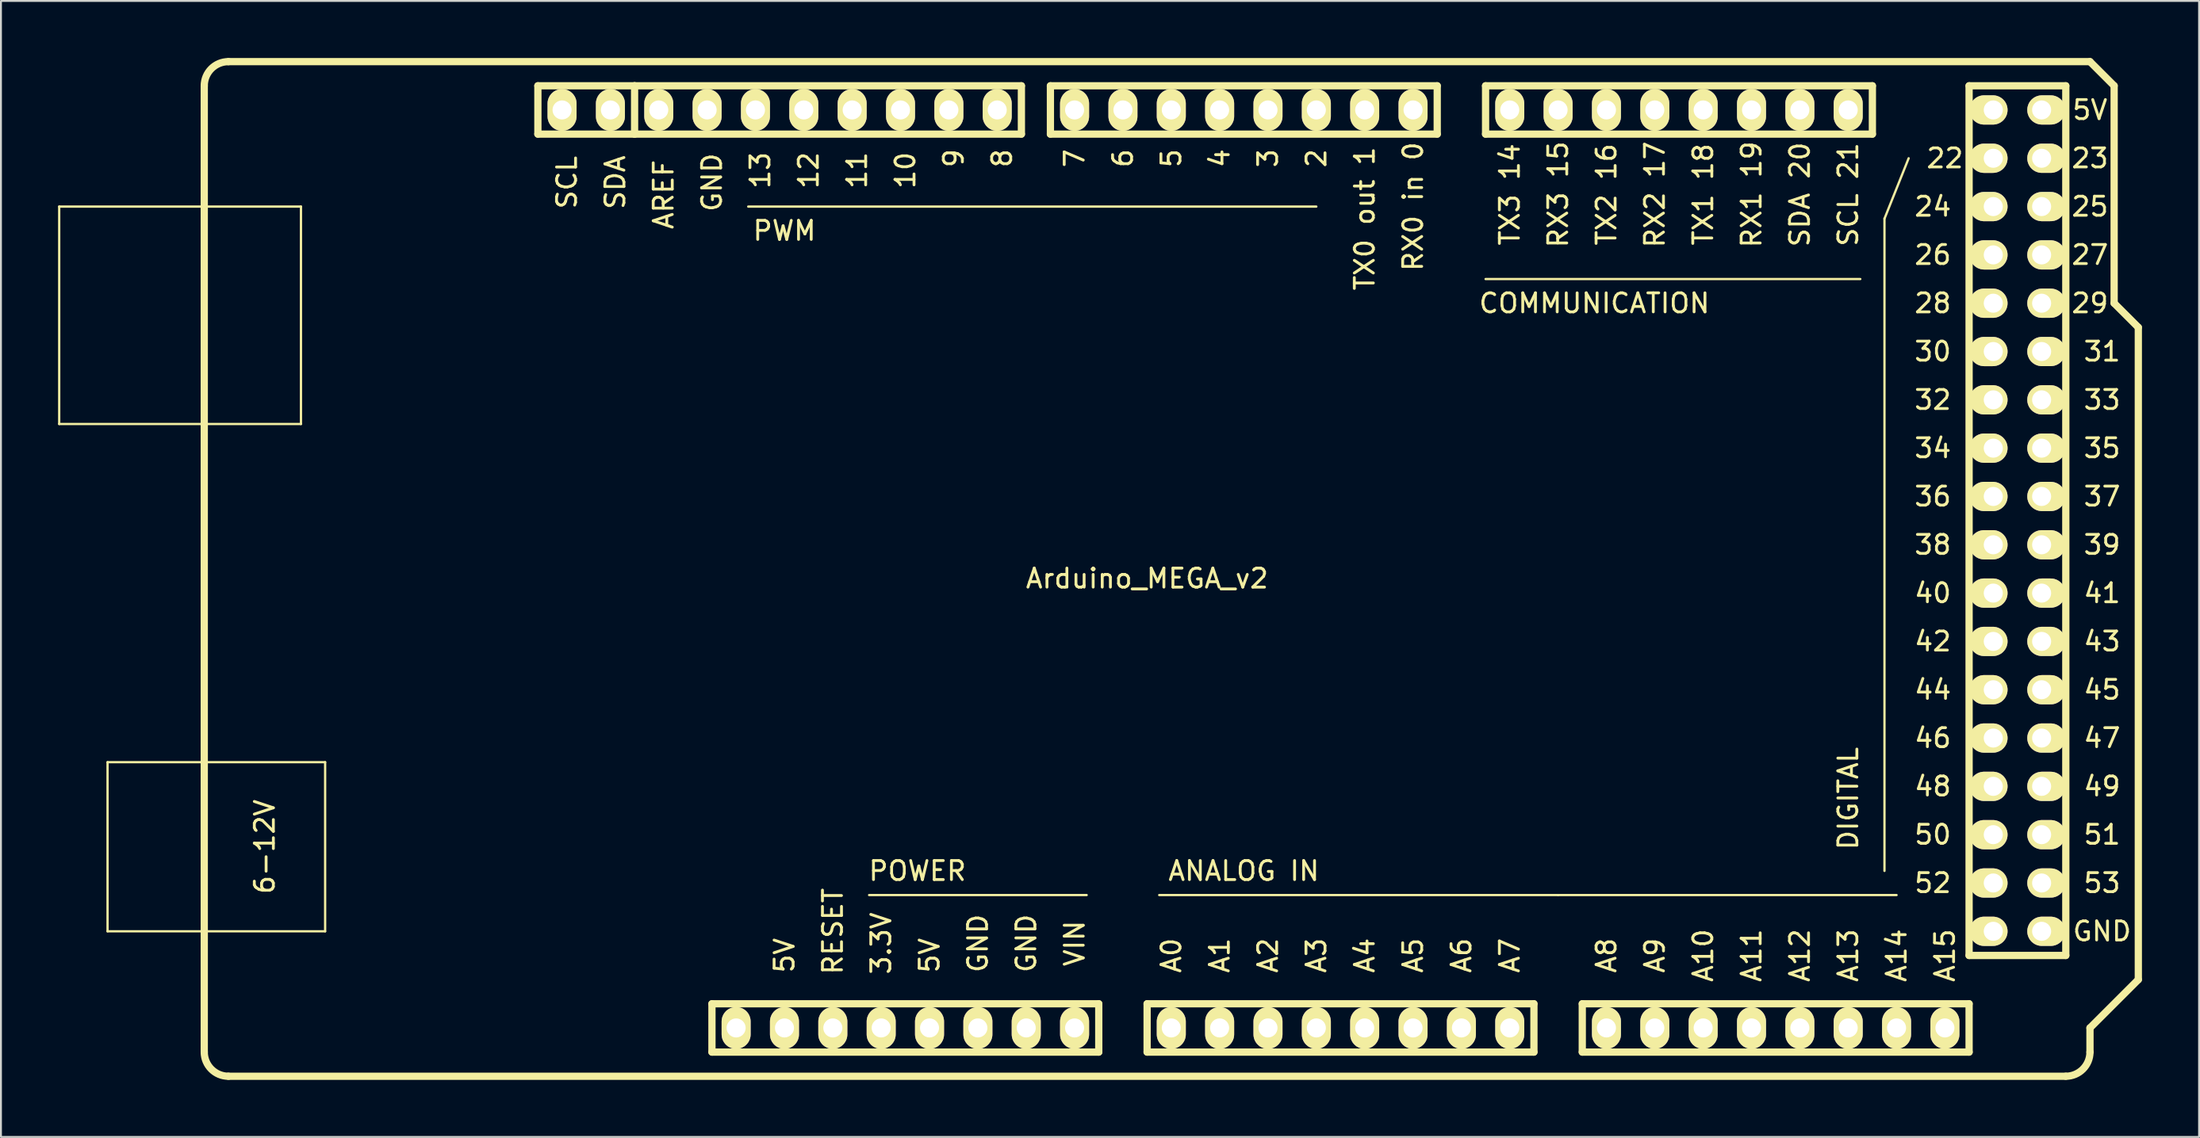
<source format=kicad_pcb>
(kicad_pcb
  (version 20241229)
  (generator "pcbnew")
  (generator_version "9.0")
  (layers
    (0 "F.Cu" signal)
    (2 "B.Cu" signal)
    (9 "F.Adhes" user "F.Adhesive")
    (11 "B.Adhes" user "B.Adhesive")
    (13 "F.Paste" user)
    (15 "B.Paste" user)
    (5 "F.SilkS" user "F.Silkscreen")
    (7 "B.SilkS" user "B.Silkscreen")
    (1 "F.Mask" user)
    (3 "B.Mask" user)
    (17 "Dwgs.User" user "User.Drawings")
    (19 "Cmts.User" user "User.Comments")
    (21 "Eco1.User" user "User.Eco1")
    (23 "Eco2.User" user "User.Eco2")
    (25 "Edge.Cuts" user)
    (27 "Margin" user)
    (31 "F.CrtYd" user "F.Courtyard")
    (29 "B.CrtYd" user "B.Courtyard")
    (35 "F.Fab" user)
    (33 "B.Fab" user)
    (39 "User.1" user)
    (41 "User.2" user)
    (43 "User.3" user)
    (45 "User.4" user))
  (footprint "Arduino_MEGA_v2"
    (layer "F.Cu")
    (at 57.21 26.86)
    (property "Reference" "Arduino_MEGA_v2" (at 0 0.5 0) (layer "F.SilkS") (effects (font (size 1 1) (thickness 0.15))))
    (attr through_hole)
    (fp_line (start -57.15 -19.05) (end -44.45 -19.05) (stroke (width 0.12) (type solid)) (layer "F.SilkS"))
    (fp_line (start -57.15 -7.62) (end -57.15 -19.05) (stroke (width 0.12) (type solid)) (layer "F.SilkS"))
    (fp_line (start -54.61 10.16) (end -43.18 10.16) (stroke (width 0.12) (type solid)) (layer "F.SilkS"))
    (fp_line (start -54.61 19.05) (end -54.61 10.16) (stroke (width 0.12) (type solid)) (layer "F.SilkS"))
    (fp_line (start -49.53 25.4) (end -49.53 -25.4) (stroke (width 0.381) (type solid)) (layer "F.SilkS"))
    (fp_line (start -48.26 -26.67) (end 49.53 -26.67) (stroke (width 0.381) (type solid)) (layer "F.SilkS"))
    (fp_line (start -48.26 26.67) (end 48.26 26.67) (stroke (width 0.381) (type solid)) (layer "F.SilkS"))
    (fp_line (start -44.45 -19.05) (end -44.45 -7.62) (stroke (width 0.12) (type solid)) (layer "F.SilkS"))
    (fp_line (start -44.45 -7.62) (end -57.15 -7.62) (stroke (width 0.12) (type solid)) (layer "F.SilkS"))
    (fp_line (start -43.18 10.16) (end -43.18 19.05) (stroke (width 0.12) (type solid)) (layer "F.SilkS"))
    (fp_line (start -43.18 19.05) (end -54.61 19.05) (stroke (width 0.12) (type solid)) (layer "F.SilkS"))
    (fp_line (start -32.004 -25.4) (end -32.004 -22.86) (stroke (width 0.381) (type solid)) (layer "F.SilkS"))
    (fp_line (start -32.004 -22.86) (end -26.924 -22.86) (stroke (width 0.381) (type solid)) (layer "F.SilkS"))
    (fp_line (start -26.924 -25.4) (end -32.004 -25.4) (stroke (width 0.381) (type solid)) (layer "F.SilkS"))
    (fp_line (start -26.924 -22.86) (end -26.924 -25.4) (stroke (width 0.381) (type solid)) (layer "F.SilkS"))
    (fp_line (start -22.86 25.4) (end -22.86 22.86) (stroke (width 0.381) (type solid)) (layer "F.SilkS"))
    (fp_line (start -22.86 25.4) (end -2.54 25.4) (stroke (width 0.381) (type solid)) (layer "F.SilkS"))
    (fp_line (start -14.605 17.145) (end -3.175 17.145) (stroke (width 0.12) (type solid)) (layer "F.SilkS"))
    (fp_line (start -6.604 -25.4) (end -26.924 -25.4) (stroke (width 0.381) (type solid)) (layer "F.SilkS"))
    (fp_line (start -6.604 -22.86) (end -26.924 -22.86) (stroke (width 0.381) (type solid)) (layer "F.SilkS"))
    (fp_line (start -6.604 -22.86) (end -6.604 -25.4) (stroke (width 0.381) (type solid)) (layer "F.SilkS"))
    (fp_line (start -5.08 -25.4) (end 15.24 -25.4) (stroke (width 0.381) (type solid)) (layer "F.SilkS"))
    (fp_line (start -5.08 -22.86) (end -5.08 -25.4) (stroke (width 0.381) (type solid)) (layer "F.SilkS"))
    (fp_line (start -2.54 22.86) (end -22.86 22.86) (stroke (width 0.381) (type solid)) (layer "F.SilkS"))
    (fp_line (start -2.54 22.86) (end -2.54 25.4) (stroke (width 0.381) (type solid)) (layer "F.SilkS"))
    (fp_line (start 0 22.86) (end 0 25.4) (stroke (width 0.381) (type solid)) (layer "F.SilkS"))
    (fp_line (start 0 25.4) (end 20.32 25.4) (stroke (width 0.381) (type solid)) (layer "F.SilkS"))
    (fp_line (start 0.635 17.145) (end 21.59 17.145) (stroke (width 0.12) (type solid)) (layer "F.SilkS"))
    (fp_line (start 8.89 -19.05) (end -20.955 -19.05) (stroke (width 0.12) (type solid)) (layer "F.SilkS"))
    (fp_line (start 15.24 -25.4) (end 15.24 -22.86) (stroke (width 0.381) (type solid)) (layer "F.SilkS"))
    (fp_line (start 15.24 -22.86) (end -5.08 -22.86) (stroke (width 0.381) (type solid)) (layer "F.SilkS"))
    (fp_line (start 17.78 -25.4) (end 17.78 -22.86) (stroke (width 0.381) (type solid)) (layer "F.SilkS"))
    (fp_line (start 17.78 -22.86) (end 38.1 -22.86) (stroke (width 0.381) (type solid)) (layer "F.SilkS"))
    (fp_line (start 17.78 -15.24) (end 37.465 -15.24) (stroke (width 0.12) (type solid)) (layer "F.SilkS"))
    (fp_line (start 20.32 22.86) (end 0 22.86) (stroke (width 0.381) (type solid)) (layer "F.SilkS"))
    (fp_line (start 20.32 25.4) (end 20.32 22.86) (stroke (width 0.381) (type solid)) (layer "F.SilkS"))
    (fp_line (start 21.59 17.145) (end 39.37 17.145) (stroke (width 0.12) (type solid)) (layer "F.SilkS"))
    (fp_line (start 22.86 22.86) (end 43.18 22.86) (stroke (width 0.381) (type solid)) (layer "F.SilkS"))
    (fp_line (start 22.86 25.4) (end 22.86 22.86) (stroke (width 0.381) (type solid)) (layer "F.SilkS"))
    (fp_line (start 38.1 -25.4) (end 17.78 -25.4) (stroke (width 0.381) (type solid)) (layer "F.SilkS"))
    (fp_line (start 38.1 -22.86) (end 38.1 -25.4) (stroke (width 0.381) (type solid)) (layer "F.SilkS"))
    (fp_line (start 38.735 15.875) (end 38.735 -18.415) (stroke (width 0.12) (type solid)) (layer "F.SilkS"))
    (fp_line (start 40.005 -21.59) (end 38.735 -18.415) (stroke (width 0.12) (type solid)) (layer "F.SilkS"))
    (fp_line (start 43.18 -25.4) (end 43.18 20.32) (stroke (width 0.381) (type solid)) (layer "F.SilkS"))
    (fp_line (start 43.18 20.32) (end 48.26 20.32) (stroke (width 0.381) (type solid)) (layer "F.SilkS"))
    (fp_line (start 43.18 22.86) (end 43.18 25.4) (stroke (width 0.381) (type solid)) (layer "F.SilkS"))
    (fp_line (start 43.18 25.4) (end 22.86 25.4) (stroke (width 0.381) (type solid)) (layer "F.SilkS"))
    (fp_line (start 48.26 -25.4) (end 43.18 -25.4) (stroke (width 0.381) (type solid)) (layer "F.SilkS"))
    (fp_line (start 48.26 20.32) (end 48.26 -25.4) (stroke (width 0.381) (type solid)) (layer "F.SilkS"))
    (fp_line (start 49.53 -26.67) (end 50.8 -25.4) (stroke (width 0.381) (type solid)) (layer "F.SilkS"))
    (fp_line (start 49.53 24.13) (end 49.53 25.4) (stroke (width 0.381) (type solid)) (layer "F.SilkS"))
    (fp_line (start 50.8 -25.4) (end 50.8 -13.97) (stroke (width 0.381) (type solid)) (layer "F.SilkS"))
    (fp_line (start 50.8 -13.97) (end 52.07 -12.7) (stroke (width 0.381) (type solid)) (layer "F.SilkS"))
    (fp_line (start 52.07 -12.7) (end 52.07 21.59) (stroke (width 0.381) (type solid)) (layer "F.SilkS"))
    (fp_line (start 52.07 21.59) (end 49.53 24.13) (stroke (width 0.381) (type solid)) (layer "F.SilkS"))
    (fp_arc (start -49.53 -25.4) (mid -49.158026 -26.298026) (end -48.26 -26.67) (stroke (width 0.381) (type solid)) (layer "F.SilkS"))
    (fp_arc (start -48.26 26.67) (mid -49.158026 26.298026) (end -49.53 25.4) (stroke (width 0.381) (type solid)) (layer "F.SilkS"))
    (fp_arc (start 49.53 25.4) (mid 49.158026 26.298026) (end 48.26 26.67) (stroke (width 0.381) (type solid)) (layer "F.SilkS"))
    (fp_text user "6-12V" (at -46.355 14.605 90) (layer "F.SilkS") (effects (font (size 1 1) (thickness 0.15))))
    (fp_text user "4" (at 3.81 -21.59 90) (layer "F.SilkS") (effects (font (size 1 1) (thickness 0.15))))
    (fp_text user "ANALOG IN" (at 5.08 15.875 0) (layer "F.SilkS") (effects (font (size 1 1) (thickness 0.15))))
    (fp_text user "A11" (at 31.75 20.32 90) (layer "F.SilkS") (effects (font (size 1 1) (thickness 0.15))))
    (fp_text user "SDA" (at -27.94 -20.32 90) (layer "F.SilkS") (effects (font (size 1 1) (thickness 0.15))))
    (fp_text user "47" (at 50.165 8.89 0) (layer "F.SilkS") (effects (font (size 1 1) (thickness 0.15))))
    (fp_text user "27" (at 49.53 -16.51 0) (layer "F.SilkS") (effects (font (size 1 1) (thickness 0.15))))
    (fp_text user "GND" (at -22.86 -20.32 90) (layer "F.SilkS") (effects (font (size 1 1) (thickness 0.15))))
    (fp_text user "46" (at 41.275 8.89 0) (layer "F.SilkS") (effects (font (size 1 1) (thickness 0.15))))
    (fp_text user "10" (at -12.7 -20.955 90) (layer "F.SilkS") (effects (font (size 1 1) (thickness 0.15))))
    (fp_text user "42" (at 41.275 3.81 0) (layer "F.SilkS") (effects (font (size 1 1) (thickness 0.15))))
    (fp_text user "RX0 in 0" (at 13.97 -19.05 90) (layer "F.SilkS") (effects (font (size 1 1) (thickness 0.15))))
    (fp_text user "RX1 19" (at 31.75 -19.685 90) (layer "F.SilkS") (effects (font (size 1 1) (thickness 0.15))))
    (fp_text user "A9" (at 26.67 20.32 90) (layer "F.SilkS") (effects (font (size 1 1) (thickness 0.15))))
    (fp_text user "COMMUNICATION" (at 23.495 -13.97 0) (layer "F.SilkS") (effects (font (size 1 1) (thickness 0.15))))
    (fp_text user "RX2 17" (at 26.67 -19.685 90) (layer "F.SilkS") (effects (font (size 1 1) (thickness 0.15))))
    (fp_text user "13" (at -20.32 -20.955 90) (layer "F.SilkS") (effects (font (size 1 1) (thickness 0.15))))
    (fp_text user "28" (at 41.275 -13.97 0) (layer "F.SilkS") (effects (font (size 1 1) (thickness 0.15))))
    (fp_text user "A14" (at 39.37 20.32 90) (layer "F.SilkS") (effects (font (size 1 1) (thickness 0.15))))
    (fp_text user "TX1 18" (at 29.21 -19.685 90) (layer "F.SilkS") (effects (font (size 1 1) (thickness 0.15))))
    (fp_text user "48" (at 41.275 11.43 0) (layer "F.SilkS") (effects (font (size 1 1) (thickness 0.15))))
    (fp_text user "34" (at 41.275 -6.35 0) (layer "F.SilkS") (effects (font (size 1 1) (thickness 0.15))))
    (fp_text user "TX2 16" (at 24.13 -19.685 90) (layer "F.SilkS") (effects (font (size 1 1) (thickness 0.15))))
    (fp_text user "5" (at 1.27 -21.59 90) (layer "F.SilkS") (effects (font (size 1 1) (thickness 0.15))))
    (fp_text user "VIN" (at -3.81 19.685 90) (layer "F.SilkS") (effects (font (size 1 1) (thickness 0.15))))
    (fp_text user "8" (at -7.62 -21.59 90) (layer "F.SilkS") (effects (font (size 1 1) (thickness 0.15))))
    (fp_text user "A1" (at 3.81 20.32 90) (layer "F.SilkS") (effects (font (size 1 1) (thickness 0.15))))
    (fp_text user "25" (at 49.53 -19.05 0) (layer "F.SilkS") (effects (font (size 1 1) (thickness 0.15))))
    (fp_text user "49" (at 50.165 11.43 0) (layer "F.SilkS") (effects (font (size 1 1) (thickness 0.15))))
    (fp_text user "A5" (at 13.97 20.32 90) (layer "F.SilkS") (effects (font (size 1 1) (thickness 0.15))))
    (fp_text user "A4" (at 11.43 20.32 90) (layer "F.SilkS") (effects (font (size 1 1) (thickness 0.15))))
    (fp_text user "32" (at 41.275 -8.89 0) (layer "F.SilkS") (effects (font (size 1 1) (thickness 0.15))))
    (fp_text user "3.3V" (at -13.97 19.685 90) (layer "F.SilkS") (effects (font (size 1 1) (thickness 0.15))))
    (fp_text user "36" (at 41.275 -3.81 0) (layer "F.SilkS") (effects (font (size 1 1) (thickness 0.15))))
    (fp_text user "A0" (at 1.27 20.32 90) (layer "F.SilkS") (effects (font (size 1 1) (thickness 0.15))))
    (fp_text user "43" (at 50.165 3.81 0) (layer "F.SilkS") (effects (font (size 1 1) (thickness 0.15))))
    (fp_text user "23" (at 49.53 -21.59 0) (layer "F.SilkS") (effects (font (size 1 1) (thickness 0.15))))
    (fp_text user "6" (at -1.27 -21.59 90) (layer "F.SilkS") (effects (font (size 1 1) (thickness 0.15))))
    (fp_text user "5V" (at 49.53 -24.13 0) (layer "F.SilkS") (effects (font (size 1 1) (thickness 0.15))))
    (fp_text user "2" (at 8.89 -21.59 90) (layer "F.SilkS") (effects (font (size 1 1) (thickness 0.15))))
    (fp_text user "51" (at 50.165 13.97 0) (layer "F.SilkS") (effects (font (size 1 1) (thickness 0.15))))
    (fp_text user "A13" (at 36.83 20.32 90) (layer "F.SilkS") (effects (font (size 1 1) (thickness 0.15))))
    (fp_text user "RESET" (at -16.51 19.05 90) (layer "F.SilkS") (effects (font (size 1 1) (thickness 0.15))))
    (fp_text user "7" (at -3.81 -21.59 90) (layer "F.SilkS") (effects (font (size 1 1) (thickness 0.15))))
    (fp_text user "A10" (at 29.21 20.32 90) (layer "F.SilkS") (effects (font (size 1 1) (thickness 0.15))))
    (fp_text user "11" (at -15.24 -20.955 90) (layer "F.SilkS") (effects (font (size 1 1) (thickness 0.15))))
    (fp_text user "AREF" (at -25.4 -19.685 90) (layer "F.SilkS") (effects (font (size 1 1) (thickness 0.15))))
    (fp_text user "26" (at 41.275 -16.51 0) (layer "F.SilkS") (effects (font (size 1 1) (thickness 0.15))))
    (fp_text user "DIGITAL" (at 36.83 12.065 90) (layer "F.SilkS") (effects (font (size 1 1) (thickness 0.15))))
    (fp_text user "A2" (at 6.35 20.32 90) (layer "F.SilkS") (effects (font (size 1 1) (thickness 0.15))))
    (fp_text user "53" (at 50.165 16.51 0) (layer "F.SilkS") (effects (font (size 1 1) (thickness 0.15))))
    (fp_text user "35" (at 50.165 -6.35 0) (layer "F.SilkS") (effects (font (size 1 1) (thickness 0.15))))
    (fp_text user "RX3 15" (at 21.59 -19.685 90) (layer "F.SilkS") (effects (font (size 1 1) (thickness 0.15))))
    (fp_text user "PWM" (at -19.05 -17.78 0) (layer "F.SilkS") (effects (font (size 1 1) (thickness 0.15))))
    (fp_text user "SCL 21" (at 36.83 -19.685 90) (layer "F.SilkS") (effects (font (size 1 1) (thickness 0.15))))
    (fp_text user "50" (at 41.275 13.97 0) (layer "F.SilkS") (effects (font (size 1 1) (thickness 0.15))))
    (fp_text user "22" (at 41.91 -21.59 0) (layer "F.SilkS") (effects (font (size 1 1) (thickness 0.15))))
    (fp_text user "GND" (at -8.89 19.685 90) (layer "F.SilkS") (effects (font (size 1 1) (thickness 0.15))))
    (fp_text user "29" (at 49.53 -13.97 0) (layer "F.SilkS") (effects (font (size 1 1) (thickness 0.15))))
    (fp_text user "TX0 out 1" (at 11.43 -18.415 90) (layer "F.SilkS") (effects (font (size 1 1) (thickness 0.15))))
    (fp_text user "3" (at 6.35 -21.59 90) (layer "F.SilkS") (effects (font (size 1 1) (thickness 0.15))))
    (fp_text user "41" (at 50.165 1.27 0) (layer "F.SilkS") (effects (font (size 1 1) (thickness 0.15))))
    (fp_text user "52" (at 41.275 16.51 0) (layer "F.SilkS") (effects (font (size 1 1) (thickness 0.15))))
    (fp_text user "31" (at 50.165 -11.43 0) (layer "F.SilkS") (effects (font (size 1 1) (thickness 0.15))))
    (fp_text user "GND" (at -6.35 19.685 90) (layer "F.SilkS") (effects (font (size 1 1) (thickness 0.15))))
    (fp_text user "SDA 20" (at 34.29 -19.685 90) (layer "F.SilkS") (effects (font (size 1 1) (thickness 0.15))))
    (fp_text user "POWER" (at -12.065 15.875 0) (layer "F.SilkS") (effects (font (size 1 1) (thickness 0.15))))
    (fp_text user "37" (at 50.165 -3.81 0) (layer "F.SilkS") (effects (font (size 1 1) (thickness 0.15))))
    (fp_text user "GND" (at 50.165 19.05 0) (layer "F.SilkS") (effects (font (size 1 1) (thickness 0.15))))
    (fp_text user "30" (at 41.275 -11.43 0) (layer "F.SilkS") (effects (font (size 1 1) (thickness 0.15))))
    (fp_text user "A3" (at 8.89 20.32 90) (layer "F.SilkS") (effects (font (size 1 1) (thickness 0.15))))
    (fp_text user "5V" (at -19.05 20.32 90) (layer "F.SilkS") (effects (font (size 1 1) (thickness 0.15))))
    (fp_text user "38" (at 41.275 -1.27 0) (layer "F.SilkS") (effects (font (size 1 1) (thickness 0.15))))
    (fp_text user "SCL" (at -30.48 -20.32 90) (layer "F.SilkS") (effects (font (size 1 1) (thickness 0.15))))
    (fp_text user "A6" (at 16.51 20.32 90) (layer "F.SilkS") (effects (font (size 1 1) (thickness 0.15))))
    (fp_text user "5V" (at -11.43 20.32 90) (layer "F.SilkS") (effects (font (size 1 1) (thickness 0.15))))
    (fp_text user "A8" (at 24.13 20.32 90) (layer "F.SilkS") (effects (font (size 1 1) (thickness 0.15))))
    (fp_text user "33" (at 50.165 -8.89 0) (layer "F.SilkS") (effects (font (size 1 1) (thickness 0.15))))
    (fp_text user "A7" (at 19.05 20.32 90) (layer "F.SilkS") (effects (font (size 1 1) (thickness 0.15))))
    (fp_text user "A12" (at 34.29 20.32 90) (layer "F.SilkS") (effects (font (size 1 1) (thickness 0.15))))
    (fp_text user "40" (at 41.275 1.27 0) (layer "F.SilkS") (effects (font (size 1 1) (thickness 0.15))))
    (fp_text user "45" (at 50.165 6.35 0) (layer "F.SilkS") (effects (font (size 1 1) (thickness 0.15))))
    (fp_text user "9" (at -10.16 -21.59 90) (layer "F.SilkS") (effects (font (size 1 1) (thickness 0.15))))
    (fp_text user "A15" (at 41.91 20.32 90) (layer "F.SilkS") (effects (font (size 1 1) (thickness 0.15))))
    (fp_text user "24" (at 41.275 -19.05 0) (layer "F.SilkS") (effects (font (size 1 1) (thickness 0.15))))
    (fp_text user "TX3 14" (at 19.05 -19.685 90) (layer "F.SilkS") (effects (font (size 1 1) (thickness 0.15))))
    (fp_text user "39" (at 50.165 -1.27 0) (layer "F.SilkS") (effects (font (size 1 1) (thickness 0.15))))
    (fp_text user "44" (at 41.275 6.35 0) (layer "F.SilkS") (effects (font (size 1 1) (thickness 0.15))))
    (fp_text user "12" (at -17.78 -20.955 90) (layer "F.SilkS") (effects (font (size 1 1) (thickness 0.15))))
    (pad "1" thru_hole oval (at -21.59 24.13) (size 1.524 2.2) (drill 1.001) (layers "*.Cu" "*.Mask" "F.SilkS"))
    (pad "2" thru_hole oval (at -19.05 24.13) (size 1.524 2.2) (drill 1.001) (layers "*.Cu" "*.Mask" "F.SilkS"))
    (pad "3" thru_hole oval (at -16.51 24.13) (size 1.524 2.2) (drill 1.001) (layers "*.Cu" "*.Mask" "F.SilkS"))
    (pad "4" thru_hole oval (at -13.97 24.13) (size 1.524 2.2) (drill 1.001) (layers "*.Cu" "*.Mask" "F.SilkS"))
    (pad "5" thru_hole oval (at -11.43 24.13) (size 1.524 2.2) (drill 1.001) (layers "*.Cu" "*.Mask" "F.SilkS"))
    (pad "6" thru_hole oval (at -8.89 24.13) (size 1.524 2.2) (drill 1.001) (layers "*.Cu" "*.Mask" "F.SilkS"))
    (pad "7" thru_hole oval (at -6.35 24.13) (size 1.524 2.2) (drill 1.001) (layers "*.Cu" "*.Mask" "F.SilkS"))
    (pad "8" thru_hole oval (at -3.81 24.13) (size 1.524 2.2) (drill 1.001) (layers "*.Cu" "*.Mask" "F.SilkS"))
    (pad "9" thru_hole oval (at 1.27 24.13) (size 1.524 2.2) (drill 1.001) (layers "*.Cu" "*.Mask" "F.SilkS"))
    (pad "10" thru_hole oval (at 3.81 24.13) (size 1.524 2.2) (drill 1.001) (layers "*.Cu" "*.Mask" "F.SilkS"))
    (pad "11" thru_hole oval (at 6.35 24.13) (size 1.524 2.2) (drill 1.001) (layers "*.Cu" "*.Mask" "F.SilkS"))
    (pad "12" thru_hole oval (at 8.89 24.13) (size 1.524 2.2) (drill 1.001) (layers "*.Cu" "*.Mask" "F.SilkS"))
    (pad "13" thru_hole oval (at 11.43 24.13) (size 1.524 2.2) (drill 1.001) (layers "*.Cu" "*.Mask" "F.SilkS"))
    (pad "14" thru_hole oval (at 13.97 24.13) (size 1.524 2.2) (drill 1.001) (layers "*.Cu" "*.Mask" "F.SilkS"))
    (pad "15" thru_hole oval (at 16.51 24.13) (size 1.524 2.2) (drill 1.001) (layers "*.Cu" "*.Mask" "F.SilkS"))
    (pad "16" thru_hole oval (at 19.05 24.13) (size 1.524 2.2) (drill 1.001) (layers "*.Cu" "*.Mask" "F.SilkS"))
    (pad "17" thru_hole oval (at 24.13 24.13) (size 1.524 2.2) (drill 1.001) (layers "*.Cu" "*.Mask" "F.SilkS"))
    (pad "18" thru_hole oval (at 26.67 24.13) (size 1.524 2.2) (drill 1.001) (layers "*.Cu" "*.Mask" "F.SilkS"))
    (pad "19" thru_hole oval (at 29.21 24.13) (size 1.524 2.2) (drill 1.001) (layers "*.Cu" "*.Mask" "F.SilkS"))
    (pad "20" thru_hole oval (at 31.75 24.13) (size 1.524 2.197) (drill 1.001) (layers "*.Cu" "*.Mask" "F.SilkS"))
    (pad "21" thru_hole oval (at 34.29 24.13) (size 1.524 2.197) (drill 1.001) (layers "*.Cu" "*.Mask" "F.SilkS"))
    (pad "22" thru_hole oval (at 36.83 24.13) (size 1.524 2.197) (drill 1.001) (layers "*.Cu" "*.Mask" "F.SilkS"))
    (pad "23" thru_hole oval (at 39.37 24.13) (size 1.524 2.197) (drill 1.001) (layers "*.Cu" "*.Mask" "F.SilkS"))
    (pad "24" thru_hole oval (at 41.91 24.13) (size 1.524 2.197) (drill 1.001) (layers "*.Cu" "*.Mask" "F.SilkS"))
    (pad "25" thru_hole oval (at 44.45 19.05) (size 1.999 1.539) (drill 1.001 (offset -0.249 0)) (layers "*.Cu" "*.Mask" "F.SilkS"))
    (pad "26" thru_hole oval (at 44.45 16.51) (size 1.999 1.539) (drill 1.001 (offset -0.249 0)) (layers "*.Cu" "*.Mask" "F.SilkS"))
    (pad "27" thru_hole oval (at 44.45 13.97) (size 1.999 1.539) (drill 1.001 (offset -0.249 0)) (layers "*.Cu" "*.Mask" "F.SilkS"))
    (pad "28" thru_hole oval (at 44.45 11.43) (size 1.999 1.539) (drill 1.001 (offset -0.249 0)) (layers "*.Cu" "*.Mask" "F.SilkS"))
    (pad "29" thru_hole oval (at 44.45 8.89) (size 1.999 1.539) (drill 1.001 (offset -0.249 0)) (layers "*.Cu" "*.Mask" "F.SilkS"))
    (pad "30" thru_hole oval (at 44.45 6.35) (size 1.999 1.539) (drill 1.001 (offset -0.249 0)) (layers "*.Cu" "*.Mask" "F.SilkS"))
    (pad "31" thru_hole oval (at 44.45 3.81) (size 1.999 1.539) (drill 1.001 (offset -0.249 0)) (layers "*.Cu" "*.Mask" "F.SilkS"))
    (pad "32" thru_hole oval (at 44.45 1.27) (size 1.999 1.539) (drill 1.001 (offset -0.249 0)) (layers "*.Cu" "*.Mask" "F.SilkS"))
    (pad "33" thru_hole oval (at 44.45 -1.27) (size 1.999 1.539) (drill 1.001 (offset -0.249 0)) (layers "*.Cu" "*.Mask" "F.SilkS"))
    (pad "34" thru_hole oval (at 44.45 -3.81) (size 1.999 1.539) (drill 1.001 (offset -0.249 0)) (layers "*.Cu" "*.Mask" "F.SilkS"))
    (pad "35" thru_hole oval (at 44.45 -6.35) (size 1.999 1.539) (drill 1.001 (offset -0.249 0)) (layers "*.Cu" "*.Mask" "F.SilkS"))
    (pad "36" thru_hole oval (at 44.45 -8.89) (size 1.999 1.539) (drill 1.001 (offset -0.249 0)) (layers "*.Cu" "*.Mask" "F.SilkS"))
    (pad "37" thru_hole oval (at 44.45 -11.43) (size 1.999 1.539) (drill 1.001 (offset -0.249 0)) (layers "*.Cu" "*.Mask" "F.SilkS"))
    (pad "38" thru_hole oval (at 44.45 -13.97) (size 1.999 1.539) (drill 1.001 (offset -0.249 0)) (layers "*.Cu" "*.Mask" "F.SilkS"))
    (pad "39" thru_hole oval (at 44.45 -16.51) (size 1.999 1.539) (drill 1.001 (offset -0.249 0)) (layers "*.Cu" "*.Mask" "F.SilkS"))
    (pad "40" thru_hole oval (at 44.45 -19.05) (size 1.999 1.539) (drill 1.001 (offset -0.249 0)) (layers "*.Cu" "*.Mask" "F.SilkS"))
    (pad "41" thru_hole oval (at 44.45 -21.59) (size 1.999 1.539) (drill 1.001 (offset -0.249 0)) (layers "*.Cu" "*.Mask" "F.SilkS"))
    (pad "42" thru_hole oval (at 44.45 -24.13) (size 1.999 1.539) (drill 1.001 (offset -0.249 0)) (layers "*.Cu" "*.Mask" "F.SilkS"))
    (pad "43" thru_hole oval (at 46.99 19.05) (size 1.999 1.537) (drill 1.001 (offset 0.246 0)) (layers "*.Cu" "*.Mask" "F.SilkS"))
    (pad "44" thru_hole oval (at 46.99 16.51) (size 1.999 1.537) (drill 1.001 (offset 0.246 0)) (layers "*.Cu" "*.Mask" "F.SilkS"))
    (pad "45" thru_hole oval (at 46.99 13.97) (size 1.999 1.537) (drill 1.001 (offset 0.246 0)) (layers "*.Cu" "*.Mask" "F.SilkS"))
    (pad "46" thru_hole oval (at 46.99 11.43) (size 1.999 1.537) (drill 1.001 (offset 0.246 0)) (layers "*.Cu" "*.Mask" "F.SilkS"))
    (pad "47" thru_hole oval (at 46.99 8.89) (size 1.999 1.537) (drill 1.001 (offset 0.246 0)) (layers "*.Cu" "*.Mask" "F.SilkS"))
    (pad "48" thru_hole oval (at 46.99 6.35) (size 1.999 1.537) (drill 1.001 (offset 0.246 0)) (layers "*.Cu" "*.Mask" "F.SilkS"))
    (pad "49" thru_hole oval (at 46.99 3.81) (size 1.999 1.537) (drill 1.001 (offset 0.246 0)) (layers "*.Cu" "*.Mask" "F.SilkS"))
    (pad "50" thru_hole oval (at 46.99 1.27) (size 1.999 1.537) (drill 1.001 (offset 0.246 0)) (layers "*.Cu" "*.Mask" "F.SilkS"))
    (pad "51" thru_hole oval (at 46.99 -1.27) (size 1.999 1.537) (drill 1.001 (offset 0.246 0)) (layers "*.Cu" "*.Mask" "F.SilkS"))
    (pad "52" thru_hole oval (at 46.99 -3.81) (size 1.999 1.537) (drill 1.001 (offset 0.246 0)) (layers "*.Cu" "*.Mask" "F.SilkS"))
    (pad "53" thru_hole oval (at 46.99 -6.35) (size 1.999 1.537) (drill 1.001 (offset 0.246 0)) (layers "*.Cu" "*.Mask" "F.SilkS"))
    (pad "54" thru_hole oval (at 46.99 -8.89) (size 1.999 1.537) (drill 1.001 (offset 0.246 0)) (layers "*.Cu" "*.Mask" "F.SilkS"))
    (pad "55" thru_hole oval (at 46.99 -11.43) (size 1.999 1.537) (drill 1.001 (offset 0.246 0)) (layers "*.Cu" "*.Mask" "F.SilkS"))
    (pad "56" thru_hole oval (at 46.99 -13.97) (size 1.999 1.537) (drill 1.001 (offset 0.246 0)) (layers "*.Cu" "*.Mask" "F.SilkS"))
    (pad "57" thru_hole oval (at 46.99 -16.51) (size 1.999 1.537) (drill 1.001 (offset 0.246 0)) (layers "*.Cu" "*.Mask" "F.SilkS"))
    (pad "58" thru_hole oval (at 46.99 -19.05) (size 1.999 1.537) (drill 1.001 (offset 0.246 0)) (layers "*.Cu" "*.Mask" "F.SilkS"))
    (pad "59" thru_hole oval (at 46.99 -21.59) (size 1.999 1.537) (drill 1.001 (offset 0.246 0)) (layers "*.Cu" "*.Mask" "F.SilkS"))
    (pad "60" thru_hole oval (at 46.99 -24.13) (size 1.999 1.537) (drill 1.001 (offset 0.246 0)) (layers "*.Cu" "*.Mask" "F.SilkS"))
    (pad "61" thru_hole oval (at 36.83 -24.13) (size 1.524 2.197) (drill 1.001) (layers "*.Cu" "*.Mask" "F.SilkS"))
    (pad "62" thru_hole oval (at 34.29 -24.13) (size 1.524 2.197) (drill 1.001) (layers "*.Cu" "*.Mask" "F.SilkS"))
    (pad "63" thru_hole oval (at 31.75 -24.13) (size 1.524 2.197) (drill 1.001) (layers "*.Cu" "*.Mask" "F.SilkS"))
    (pad "64" thru_hole oval (at 29.21 -24.13) (size 1.524 2.197) (drill 1.001) (layers "*.Cu" "*.Mask" "F.SilkS"))
    (pad "65" thru_hole oval (at 26.67 -24.13) (size 1.524 2.197) (drill 1.001) (layers "*.Cu" "*.Mask" "F.SilkS"))
    (pad "66" thru_hole oval (at 24.13 -24.13) (size 1.524 2.197) (drill 1.001) (layers "*.Cu" "*.Mask" "F.SilkS"))
    (pad "67" thru_hole oval (at 21.59 -24.13) (size 1.524 2.197) (drill 1.001) (layers "*.Cu" "*.Mask" "F.SilkS"))
    (pad "68" thru_hole oval (at 19.05 -24.13) (size 1.524 2.197) (drill 1.001) (layers "*.Cu" "*.Mask" "F.SilkS"))
    (pad "69" thru_hole oval (at 13.97 -24.13) (size 1.524 2.197) (drill 1.001) (layers "*.Cu" "*.Mask" "F.SilkS"))
    (pad "70" thru_hole oval (at 11.43 -24.13) (size 1.524 2.197) (drill 1.001) (layers "*.Cu" "*.Mask" "F.SilkS"))
    (pad "71" thru_hole oval (at 8.89 -24.13) (size 1.524 2.197) (drill 1.001) (layers "*.Cu" "*.Mask" "F.SilkS"))
    (pad "72" thru_hole oval (at 6.35 -24.13) (size 1.524 2.197) (drill 1.001) (layers "*.Cu" "*.Mask" "F.SilkS"))
    (pad "73" thru_hole oval (at 3.81 -24.13) (size 1.524 2.197) (drill 1.001) (layers "*.Cu" "*.Mask" "F.SilkS"))
    (pad "74" thru_hole oval (at 1.27 -24.13) (size 1.524 2.197) (drill 1.001) (layers "*.Cu" "*.Mask" "F.SilkS"))
    (pad "75" thru_hole oval (at -1.27 -24.13) (size 1.524 2.197) (drill 1.001) (layers "*.Cu" "*.Mask" "F.SilkS"))
    (pad "76" thru_hole oval (at -3.81 -24.13) (size 1.524 2.197) (drill 1.001) (layers "*.Cu" "*.Mask" "F.SilkS"))
    (pad "77" thru_hole oval (at -7.874 -24.13) (size 1.524 2.197) (drill 1.001) (layers "*.Cu" "*.Mask" "F.SilkS"))
    (pad "78" thru_hole oval (at -10.414 -24.13) (size 1.524 2.197) (drill 1.001) (layers "*.Cu" "*.Mask" "F.SilkS"))
    (pad "79" thru_hole oval (at -12.954 -24.13) (size 1.524 2.197) (drill 1.001) (layers "*.Cu" "*.Mask" "F.SilkS"))
    (pad "80" thru_hole oval (at -15.494 -24.13) (size 1.524 2.197) (drill 1.001) (layers "*.Cu" "*.Mask" "F.SilkS"))
    (pad "81" thru_hole oval (at -18.034 -24.13) (size 1.524 2.197) (drill 1.001) (layers "*.Cu" "*.Mask" "F.SilkS"))
    (pad "82" thru_hole oval (at -20.574 -24.13) (size 1.524 2.197) (drill 1.001) (layers "*.Cu" "*.Mask" "F.SilkS"))
    (pad "83" thru_hole oval (at -23.114 -24.13) (size 1.524 2.197) (drill 1.001) (layers "*.Cu" "*.Mask" "F.SilkS"))
    (pad "84" thru_hole oval (at -25.654 -24.13) (size 1.524 2.197) (drill 1.001) (layers "*.Cu" "*.Mask" "F.SilkS"))
    (pad "85" thru_hole oval (at -28.194 -24.13) (size 1.524 2.197) (drill 1.001) (layers "*.Cu" "*.Mask" "F.SilkS"))
    (pad "86" thru_hole oval (at -30.734 -24.13) (size 1.524 2.197) (drill 1.001) (layers "*.Cu" "*.Mask" "F.SilkS")))
  (gr_rect
    (start -3 -3)
    (end 112.471 56.721)
    (stroke (width 0.1) (type default))
    (fill no)
    (layer "Edge.Cuts")))
</source>
